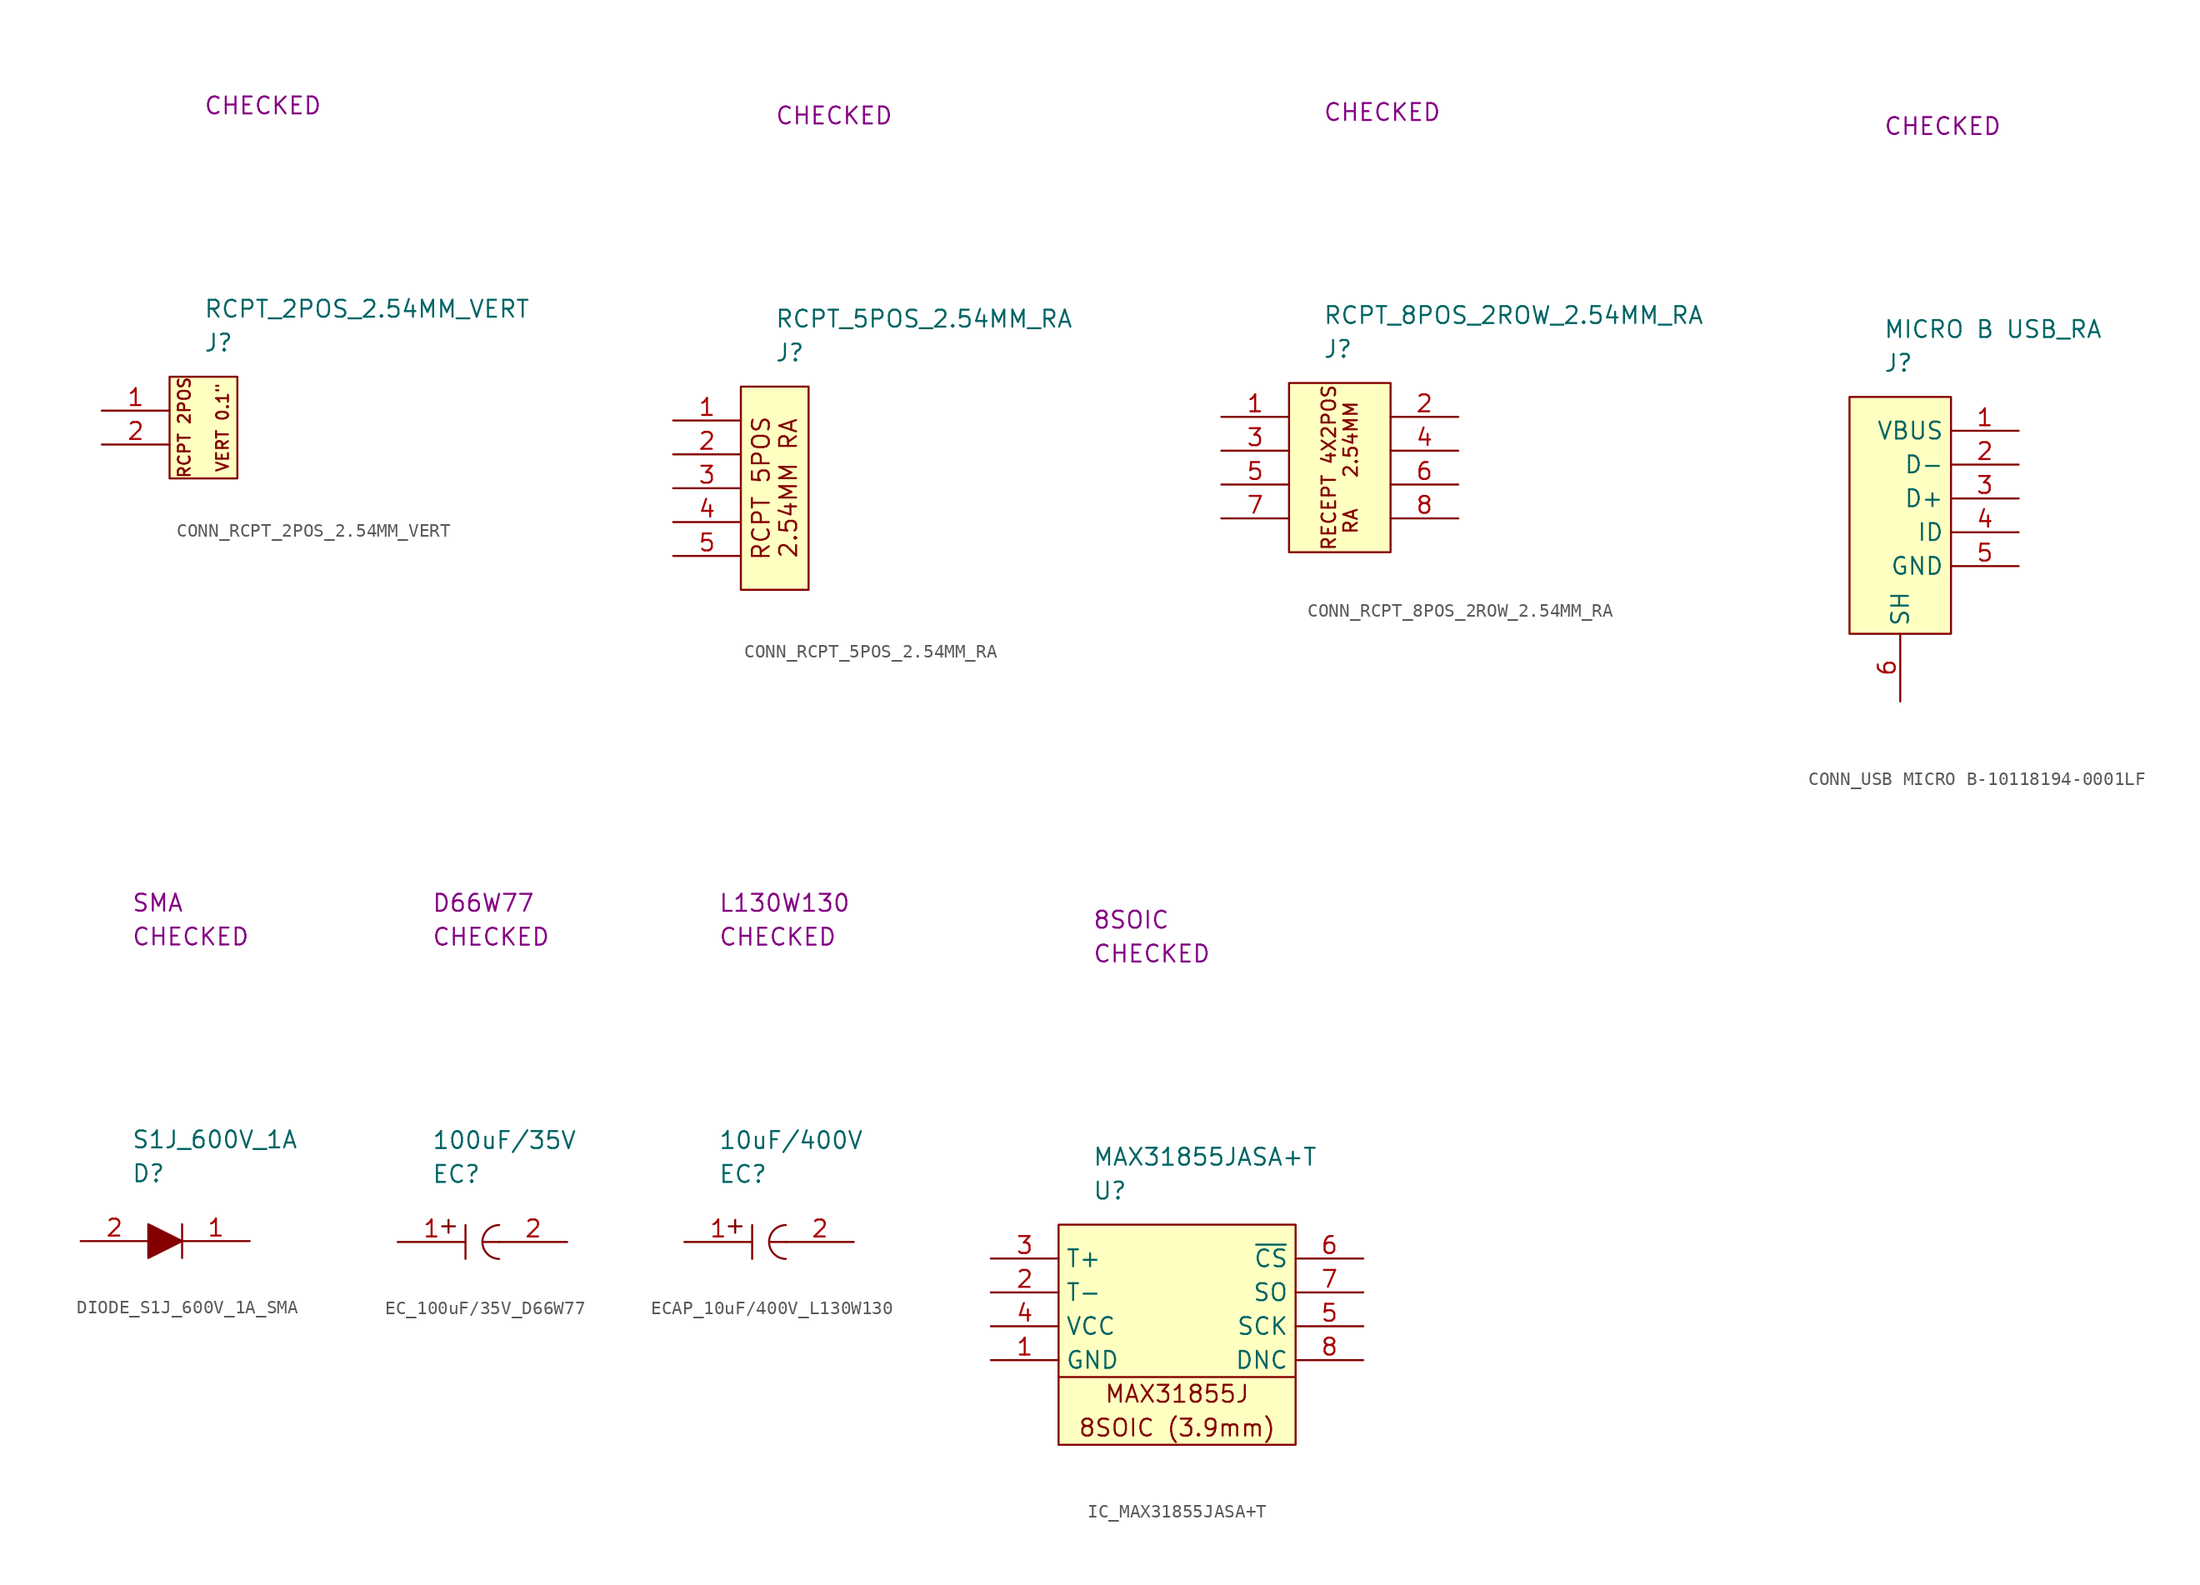
<source format=kicad_sym>
(kicad_symbol_lib
  (version 20220914)
  (generator kicad_symbol_editor)
  (symbol "CONN_RCPT_2POS_2.54MM_VERT"
    (property "Reference" "J"
      (at 2.54 2.54 0)
      (effects (font (size 1.27 1.27)) (justify left)))
    (property "Value" "RCPT_2POS_2.54MM_VERT"
      (at 2.54 5.08 0)
      (effects (font (size 1.27 1.27)) (justify left)))
    (property "SCH CHECK" "CHECKED"
      (at 2.54 20.32 0)
      (effects (font (size 1.27 1.27)) (justify left)))
    (symbol "CONN_RCPT_2POS_2.54MM_VERT_0_1"
      (rectangle (start 0 0) (end 5.08 -7.62) (stroke (width 0) (type default)) (fill (type background)))
      (text "RCPT 2POS\n\nVERT 0.1\"" (at 2.54 -3.81 900) (effects (font (size 0.889 0.889)))))
    (symbol "CONN_RCPT_2POS_2.54MM_VERT_1_1"
      (pin passive line (at -5.08 -2.54 0) (length 5.08) (name "" (effects (font (size 1.27 1.27)))) (number "1" (effects (font (size 1.27 1.27)))))
      (pin passive line (at -5.08 -5.08 0) (length 5.08) (name "" (effects (font (size 1.27 1.27)))) (number "2" (effects (font (size 1.27 1.27)))))))
  (symbol "CONN_RCPT_5POS_2.54MM_RA"
    (property "Reference" "J"
      (at 2.54 2.54 0)
      (effects (font (size 1.27 1.27)) (justify left)))
    (property "Value" "RCPT_5POS_2.54MM_RA"
      (at 2.54 5.08 0)
      (effects (font (size 1.27 1.27)) (justify left)))
    (property "SCH CHECK" "CHECKED"
      (at 2.54 20.32 0)
      (effects (font (size 1.27 1.27)) (justify left)))
    (symbol "CONN_RCPT_5POS_2.54MM_RA_0_1"
      (rectangle (start 0 0) (end 5.08 -15.24) (stroke (width 0) (type default)) (fill (type background)))
      (text "RCPT 5POS\n2.54MM RA" (at 2.54 -7.62 900) (effects (font (size 1.27 1.27)))))
    (symbol "CONN_RCPT_5POS_2.54MM_RA_1_1"
      (pin passive line (at -5.08 -2.54 0) (length 5.08) (name "" (effects (font (size 1.27 1.27)))) (number "1" (effects (font (size 1.27 1.27)))))
      (pin passive line (at -5.08 -5.08 0) (length 5.08) (name "" (effects (font (size 1.27 1.27)))) (number "2" (effects (font (size 1.27 1.27)))))
      (pin passive line (at -5.08 -7.62 0) (length 5.08) (name "" (effects (font (size 1.27 1.27)))) (number "3" (effects (font (size 1.27 1.27)))))
      (pin passive line (at -5.08 -10.16 0) (length 5.08) (name "" (effects (font (size 1.27 1.27)))) (number "4" (effects (font (size 1.27 1.27)))))
      (pin passive line (at -5.08 -12.7 0) (length 5.08) (name "" (effects (font (size 1.27 1.27)))) (number "5" (effects (font (size 1.27 1.27)))))))
  (symbol "CONN_RCPT_8POS_2ROW_2.54MM_RA"
    (property "Reference" "J"
      (at 2.54 2.54 0)
      (effects (font (size 1.27 1.27)) (justify left)))
    (property "Value" "RCPT_8POS_2ROW_2.54MM_RA"
      (at 2.54 5.08 0)
      (effects (font (size 1.27 1.27)) (justify left)))
    (property "SCH CHECK" "CHECKED"
      (at 2.54 20.32 0)
      (effects (font (size 1.27 1.27)) (justify left)))
    (symbol "CONN_RCPT_8POS_2ROW_2.54MM_RA_0_1"
      (rectangle (start 0 0) (end 7.62 -12.7) (stroke (width 0) (type default)) (fill (type background)))
      (text "RECEPT 4X2POS\nRA   2.54MM" (at 3.81 -6.35 900) (effects (font (size 1.016 1.016)))))
    (symbol "CONN_RCPT_8POS_2ROW_2.54MM_RA_1_1"
      (pin passive line (at -5.08 -2.54 0) (length 5.08) (name "" (effects (font (size 1.27 1.27)))) (number "1" (effects (font (size 1.27 1.27)))))
      (pin passive line (at 12.7 -2.54 180) (length 5.08) (name "" (effects (font (size 1.27 1.27)))) (number "2" (effects (font (size 1.27 1.27)))))
      (pin passive line (at -5.08 -5.08 0) (length 5.08) (name "" (effects (font (size 1.27 1.27)))) (number "3" (effects (font (size 1.27 1.27)))))
      (pin passive line (at 12.7 -5.08 180) (length 5.08) (name "" (effects (font (size 1.27 1.27)))) (number "4" (effects (font (size 1.27 1.27)))))
      (pin passive line (at -5.08 -7.62 0) (length 5.08) (name "" (effects (font (size 1.27 1.27)))) (number "5" (effects (font (size 1.27 1.27)))))
      (pin passive line (at 12.7 -7.62 180) (length 5.08) (name "" (effects (font (size 1.27 1.27)))) (number "6" (effects (font (size 1.27 1.27)))))
      (pin passive line (at -5.08 -10.16 0) (length 5.08) (name "" (effects (font (size 1.27 1.27)))) (number "7" (effects (font (size 1.27 1.27)))))
      (pin passive line (at 12.7 -10.16 180) (length 5.08) (name "" (effects (font (size 1.27 1.27)))) (number "8" (effects (font (size 1.27 1.27)))))))
  (symbol "CONN_USB MICRO B-10118194-0001LF"
    (property "Reference" "J"
      (at 2.54 2.54 0)
      (effects (font (size 1.27 1.27)) (justify left)))
    (property "Value" "MICRO B USB_RA"
      (at 2.54 5.08 0)
      (effects (font (size 1.27 1.27)) (justify left)))
    (property "SCH CHECK" "CHECKED"
      (at 2.54 20.32 0)
      (effects (font (size 1.27 1.27)) (justify left)))
    (symbol "CONN_USB MICRO B-10118194-0001LF_0_1"
      (rectangle (start 0 0) (end 7.62 -17.78) (stroke (width 0) (type default)) (fill (type background))))
    (symbol "CONN_USB MICRO B-10118194-0001LF_1_1"
      (pin passive line (at 12.7 -2.54 180) (length 5.08) (name "VBUS" (effects (font (size 1.27 1.27)))) (number "1" (effects (font (size 1.27 1.27)))))
      (pin passive line (at 12.7 -5.08 180) (length 5.08) (name "D-" (effects (font (size 1.27 1.27)))) (number "2" (effects (font (size 1.27 1.27)))))
      (pin passive line (at 12.7 -7.62 180) (length 5.08) (name "D+" (effects (font (size 1.27 1.27)))) (number "3" (effects (font (size 1.27 1.27)))))
      (pin passive line (at 12.7 -10.16 180) (length 5.08) (name "ID" (effects (font (size 1.27 1.27)))) (number "4" (effects (font (size 1.27 1.27)))))
      (pin passive line (at 12.7 -12.7 180) (length 5.08) (name "GND" (effects (font (size 1.27 1.27)))) (number "5" (effects (font (size 1.27 1.27)))))
      (pin passive line (at 3.81 -22.86 90) (length 5.08) (name "SH" (effects (font (size 1.27 1.27)))) (number "6" (effects (font (size 1.27 1.27)))))))
  (symbol "DIODE_S1J_600V_1A_SMA"
    (property "Reference" "D"
      (at 3.81 5.08 0)
      (effects (font (size 1.27 1.27)) (justify left)))
    (property "Value" "S1J_600V_1A"
      (at 3.81 7.62 0)
      (effects (font (size 1.27 1.27)) (justify left)))
    (property "SCH CHECK" "CHECKED"
      (at 3.81 22.86 0)
      (effects (font (size 1.27 1.27)) (justify left)))
    (property "Package" "SMA"
      (at 3.81 25.4 0)
      (effects (font (size 1.27 1.27)) (justify left)))
    (symbol "DIODE_S1J_600V_1A_SMA_0_1"
      (polyline (pts (xy 7.62 1.27) (xy 7.62 -1.27)) (stroke (width 0) (type default)) (fill (type none)))
      (polyline (pts (xy 5.08 1.27) (xy 5.08 -1.27) (xy 7.62 0) (xy 5.08 1.27)) (stroke (width 0) (type default)) (fill (type outline))))
    (symbol "DIODE_S1J_600V_1A_SMA_1_1"
      (pin passive line (at 12.7 0 180) (length 5.08) (name "" (effects (font (size 1.27 1.27)))) (number "1" (effects (font (size 1.27 1.27)))))
      (pin passive line (at 0 0 0) (length 5.08) (name "" (effects (font (size 1.27 1.27)))) (number "2" (effects (font (size 1.27 1.27)))))))
  (symbol "EC_100uF/35V_D66W77"
    (property "Reference" "EC"
      (at 2.54 5.08 0)
      (effects (font (size 1.27 1.27)) (justify left)))
    (property "Value" "100uF/35V"
      (at 2.54 7.62 0)
      (effects (font (size 1.27 1.27)) (justify left)))
    (property "SCH CHECK" "CHECKED"
      (at 2.54 22.86 0)
      (effects (font (size 1.27 1.27)) (justify left)))
    (property "Package" "D66W77"
      (at 2.54 25.4 0)
      (effects (font (size 1.27 1.27)) (justify left)))
    (symbol "EC_100uF/35V_D66W77_0_0"
      (polyline (pts (xy 5.08 1.27) (xy 5.08 -1.27)) (stroke (width 0) (type default)) (fill (type none))))
    (symbol "EC_100uF/35V_D66W77_0_1"
      (polyline (pts (xy 6.35 0) (xy 7.62 0)) (stroke (width 0) (type default)) (fill (type none)))
      (arc (start 7.6054 1.27) (mid 6.3499 0.0013) (end 7.6028 -1.27) (stroke (width 0) (type default)) (fill (type none)))
      (text "+" (at 3.81 1.27 0) (effects (font (size 1.27 1.27)))))
    (symbol "EC_100uF/35V_D66W77_1_1"
      (pin passive line (at 0 0 0) (length 5.08) (name "" (effects (font (size 1.27 1.27)))) (number "1" (effects (font (size 1.27 1.27)))))
      (pin passive line (at 12.7 0 180) (length 5.08) (name "" (effects (font (size 1.27 1.27)))) (number "2" (effects (font (size 1.27 1.27)))))))
  (symbol "ECAP_10uF/400V_L130W130"
    (property "Reference" "EC"
      (at 2.54 5.08 0)
      (effects (font (size 1.27 1.27)) (justify left)))
    (property "Value" "10uF/400V"
      (at 2.54 7.62 0)
      (effects (font (size 1.27 1.27)) (justify left)))
    (property "SCH CHECK" "CHECKED"
      (at 2.54 22.86 0)
      (effects (font (size 1.27 1.27)) (justify left)))
    (property "Package" "L130W130"
      (at 2.54 25.4 0)
      (effects (font (size 1.27 1.27)) (justify left)))
    (symbol "ECAP_10uF/400V_L130W130_0_0"
      (polyline (pts (xy 5.08 1.27) (xy 5.08 -1.27)) (stroke (width 0) (type default)) (fill (type none))))
    (symbol "ECAP_10uF/400V_L130W130_0_1"
      (polyline (pts (xy 6.35 0) (xy 7.62 0)) (stroke (width 0) (type default)) (fill (type none)))
      (arc (start 7.6054 1.27) (mid 6.3499 0.0013) (end 7.6028 -1.27) (stroke (width 0) (type default)) (fill (type none)))
      (text "+" (at 3.81 1.27 0) (effects (font (size 1.27 1.27)))))
    (symbol "ECAP_10uF/400V_L130W130_1_1"
      (pin passive line (at 0 0 0) (length 5.08) (name "" (effects (font (size 1.27 1.27)))) (number "1" (effects (font (size 1.27 1.27)))))
      (pin passive line (at 12.7 0 180) (length 5.08) (name "" (effects (font (size 1.27 1.27)))) (number "2" (effects (font (size 1.27 1.27)))))))
  (symbol "IC_MAX31855JASA+T"
    (property "Reference" "U"
      (at 2.54 2.54 0)
      (effects (font (size 1.27 1.27)) (justify left)))
    (property "Value" "MAX31855JASA+T"
      (at 2.54 5.08 0)
      (effects (font (size 1.27 1.27)) (justify left)))
    (property "SCH CHECK" "CHECKED"
      (at 2.54 20.32 0)
      (effects (font (size 1.27 1.27)) (justify left)))
    (property "Package" "8SOIC"
      (at 2.54 22.86 0)
      (effects (font (size 1.27 1.27)) (justify left)))
    (symbol "IC_MAX31855JASA+T_0_0"
      (text "8SOIC (3.9mm)" (at 8.89 -15.24 0) (effects (font (size 1.27 1.27))))
      (text "MAX31855J" (at 8.89 -12.7 0) (effects (font (size 1.27 1.27)))))
    (symbol "IC_MAX31855JASA+T_0_1"
      (polyline (pts (xy 0 -11.43) (xy 17.78 -11.43)) (stroke (width 0) (type default)) (fill (type none)))
      (rectangle (start 0 0) (end 17.78 -16.51) (stroke (width 0) (type default)) (fill (type background))))
    (symbol "IC_MAX31855JASA+T_1_1"
      (pin passive line (at -5.08 -10.16 0) (length 5.08) (name "GND" (effects (font (size 1.27 1.27)))) (number "1" (effects (font (size 1.27 1.27)))))
      (pin passive line (at -5.08 -5.08 0) (length 5.08) (name "T-" (effects (font (size 1.27 1.27)))) (number "2" (effects (font (size 1.27 1.27)))))
      (pin passive line (at -5.08 -2.54 0) (length 5.08) (name "T+" (effects (font (size 1.27 1.27)))) (number "3" (effects (font (size 1.27 1.27)))))
      (pin passive line (at -5.08 -7.62 0) (length 5.08) (name "VCC" (effects (font (size 1.27 1.27)))) (number "4" (effects (font (size 1.27 1.27)))))
      (pin passive line (at 22.86 -7.62 180) (length 5.08) (name "SCK" (effects (font (size 1.27 1.27)))) (number "5" (effects (font (size 1.27 1.27)))))
      (pin passive line (at 22.86 -2.54 180) (length 5.08) (name "~{CS}" (effects (font (size 1.27 1.27)))) (number "6" (effects (font (size 1.27 1.27)))))
      (pin passive line (at 22.86 -5.08 180) (length 5.08) (name "SO" (effects (font (size 1.27 1.27)))) (number "7" (effects (font (size 1.27 1.27)))))
      (pin passive line (at 22.86 -10.16 180) (length 5.08) (name "DNC" (effects (font (size 1.27 1.27)))) (number "8" (effects (font (size 1.27 1.27))))))))
</source>
